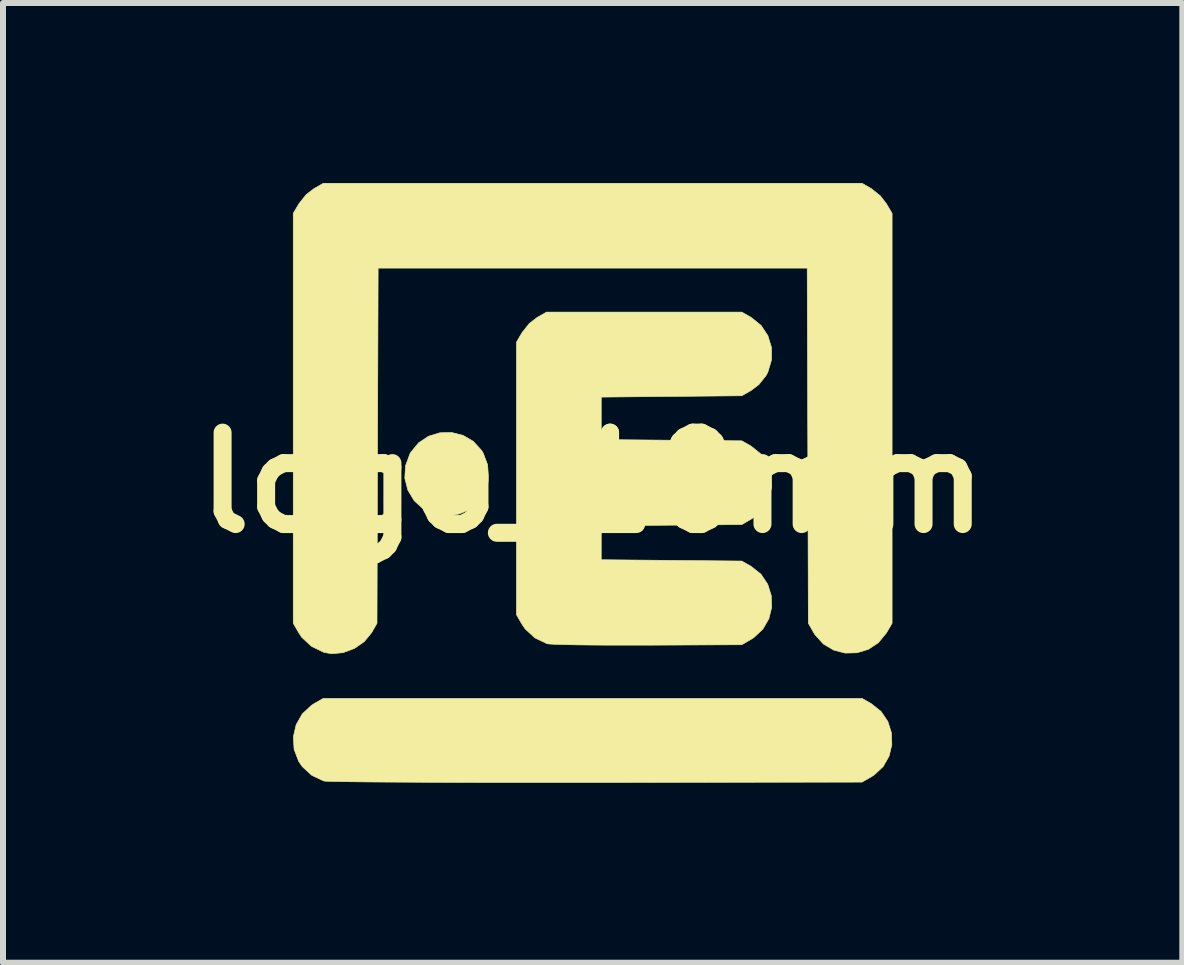
<source format=kicad_pcb>
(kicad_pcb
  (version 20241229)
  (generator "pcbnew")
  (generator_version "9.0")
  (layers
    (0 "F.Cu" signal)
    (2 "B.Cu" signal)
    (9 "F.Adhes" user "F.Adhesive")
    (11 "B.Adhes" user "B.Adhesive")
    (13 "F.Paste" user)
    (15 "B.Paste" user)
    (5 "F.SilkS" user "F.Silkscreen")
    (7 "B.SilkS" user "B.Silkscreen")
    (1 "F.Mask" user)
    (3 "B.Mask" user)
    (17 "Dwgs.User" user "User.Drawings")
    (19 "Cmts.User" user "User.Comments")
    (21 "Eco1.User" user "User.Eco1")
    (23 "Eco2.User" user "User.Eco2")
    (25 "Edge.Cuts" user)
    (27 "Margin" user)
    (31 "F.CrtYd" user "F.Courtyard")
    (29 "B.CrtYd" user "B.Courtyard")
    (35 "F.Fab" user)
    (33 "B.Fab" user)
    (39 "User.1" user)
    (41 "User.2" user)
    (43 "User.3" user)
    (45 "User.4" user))
  (footprint "logo_10mm"
    (layer "F.Cu")
    (at 6.829 4.996)
    (property "Reference" "logo_10mm" (at 0 0 0) (layer "F.SilkS") (effects (font (size 1.524 1.524) (thickness 0.3))))
    (attr through_hole)
    (fp_poly (pts (xy -2.16 -0.789) (xy -1.989 -0.689) (xy -1.85 -0.536) (xy -1.825 -0.495) (xy -1.751 -0.298) (xy -1.737 -0.092) (xy -1.78 0.107) (xy -1.875 0.285) (xy -2.02 0.426) (xy -2.06 0.451) (xy -2.225 0.521) (xy -2.405 0.556) (xy -2.572 0.55) (xy -2.62 0.539) (xy -2.821 0.441) (xy -2.976 0.299) (xy -3.081 0.123) (xy -3.131 -0.074) (xy -3.12 -0.28) (xy -3.045 -0.483) (xy -3.035 -0.502) (xy -2.902 -0.664) (xy -2.735 -0.775) (xy -2.547 -0.832) (xy -2.351 -0.837) (xy -2.16 -0.789)) (stroke (width 0.01) (type solid)) (fill yes) (layer "F.SilkS"))
    (fp_poly (pts (xy 4.645 3.684) (xy 4.809 3.815) (xy 4.921 3.982) (xy 4.98 4.17) (xy 4.987 4.366) (xy 4.941 4.558) (xy 4.843 4.731) (xy 4.692 4.872) (xy 4.645 4.902) (xy 4.49 4.991) (xy 0.054 4.997) (xy -0.506 4.997) (xy -1.046 4.997) (xy -1.563 4.997) (xy -2.052 4.996) (xy -2.51 4.995) (xy -2.931 4.993) (xy -3.31 4.991) (xy -3.645 4.989) (xy -3.929 4.986) (xy -4.16 4.983) (xy -4.331 4.98) (xy -4.44 4.976) (xy -4.48 4.973) (xy -4.682 4.878) (xy -4.842 4.731) (xy -4.901 4.644) (xy -4.977 4.444) (xy -4.989 4.236) (xy -4.943 4.035) (xy -4.841 3.855) (xy -4.689 3.712) (xy -4.645 3.684) (xy -4.49 3.595) (xy 4.49 3.595) (xy 4.645 3.684)) (stroke (width 0.01) (type solid)) (fill yes) (layer "F.SilkS"))
    (fp_poly (pts (xy 4.645 -4.902) (xy 4.794 -4.783) (xy 4.896 -4.651) (xy 4.991 -4.49) (xy 4.991 2.343) (xy 4.896 2.505) (xy 4.762 2.668) (xy 4.595 2.778) (xy 4.406 2.835) (xy 4.209 2.84) (xy 4.019 2.791) (xy 3.847 2.69) (xy 3.707 2.536) (xy 3.684 2.499) (xy 3.595 2.343) (xy 3.586 -0.617) (xy 3.576 -3.577) (xy -3.576 -3.577) (xy -3.586 -0.617) (xy -3.595 2.343) (xy -3.684 2.499) (xy -3.807 2.649) (xy -3.971 2.763) (xy -4.159 2.833) (xy -4.351 2.851) (xy -4.48 2.828) (xy -4.685 2.729) (xy -4.847 2.58) (xy -4.902 2.497) (xy -4.991 2.343) (xy -4.991 -4.49) (xy -4.896 -4.651) (xy -4.775 -4.803) (xy -4.645 -4.902) (xy -4.49 -4.991) (xy 4.49 -4.991) (xy 4.645 -4.902)) (stroke (width 0.01) (type solid)) (fill yes) (layer "F.SilkS"))
    (fp_poly (pts (xy 2.642 -2.755) (xy 2.807 -2.622) (xy 2.921 -2.45) (xy 2.981 -2.253) (xy 2.981 -2.045) (xy 2.92 -1.842) (xy 2.892 -1.788) (xy 2.771 -1.636) (xy 2.642 -1.538) (xy 2.486 -1.449) (xy 1.315 -1.438) (xy 0.143 -1.427) (xy 0.143 -0.719) (xy 1.315 -0.708) (xy 2.486 -0.698) (xy 2.642 -0.609) (xy 2.806 -0.477) (xy 2.918 -0.311) (xy 2.977 -0.123) (xy 2.984 0.074) (xy 2.937 0.265) (xy 2.837 0.438) (xy 2.685 0.579) (xy 2.648 0.603) (xy 2.486 0.698) (xy 1.315 0.708) (xy 0.143 0.719) (xy 0.143 1.284) (xy 1.315 1.295) (xy 2.486 1.306) (xy 2.642 1.395) (xy 2.806 1.526) (xy 2.918 1.693) (xy 2.977 1.881) (xy 2.984 2.077) (xy 2.937 2.268) (xy 2.837 2.441) (xy 2.685 2.583) (xy 2.648 2.606) (xy 2.486 2.701) (xy 0.912 2.708) (xy 0.58 2.708) (xy 0.267 2.708) (xy -0.018 2.706) (xy -0.269 2.703) (xy -0.476 2.699) (xy -0.633 2.694) (xy -0.731 2.688) (xy -0.76 2.684) (xy -0.963 2.587) (xy -1.124 2.439) (xy -1.182 2.354) (xy -1.27 2.2) (xy -1.27 -2.343) (xy -1.175 -2.505) (xy -1.054 -2.656) (xy -0.925 -2.755) (xy -0.769 -2.844) (xy 2.486 -2.844) (xy 2.642 -2.755)) (stroke (width 0.01) (type solid)) (fill yes) (layer "F.SilkS")))
  (gr_rect
    (start -3 -3)
    (end 16.658 12.998)
    (stroke (width 0.1) (type default))
    (fill no)
    (layer "Edge.Cuts")))
</source>
